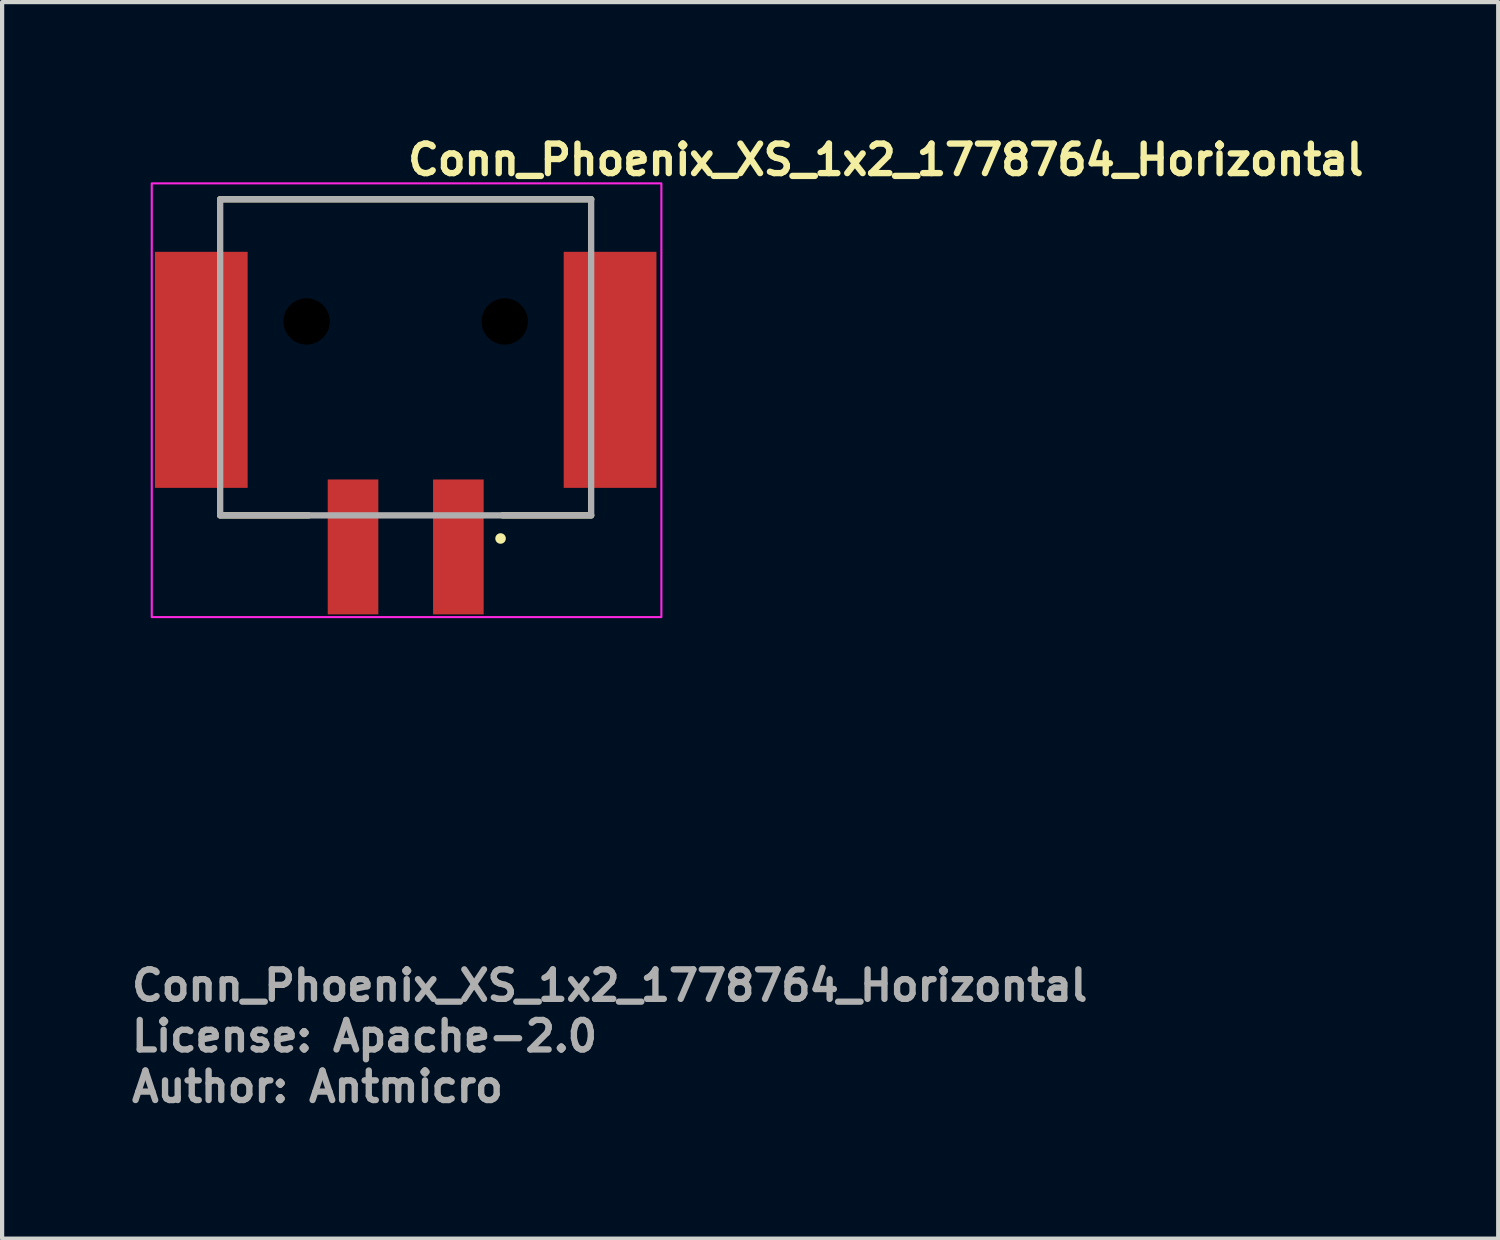
<source format=kicad_pcb>
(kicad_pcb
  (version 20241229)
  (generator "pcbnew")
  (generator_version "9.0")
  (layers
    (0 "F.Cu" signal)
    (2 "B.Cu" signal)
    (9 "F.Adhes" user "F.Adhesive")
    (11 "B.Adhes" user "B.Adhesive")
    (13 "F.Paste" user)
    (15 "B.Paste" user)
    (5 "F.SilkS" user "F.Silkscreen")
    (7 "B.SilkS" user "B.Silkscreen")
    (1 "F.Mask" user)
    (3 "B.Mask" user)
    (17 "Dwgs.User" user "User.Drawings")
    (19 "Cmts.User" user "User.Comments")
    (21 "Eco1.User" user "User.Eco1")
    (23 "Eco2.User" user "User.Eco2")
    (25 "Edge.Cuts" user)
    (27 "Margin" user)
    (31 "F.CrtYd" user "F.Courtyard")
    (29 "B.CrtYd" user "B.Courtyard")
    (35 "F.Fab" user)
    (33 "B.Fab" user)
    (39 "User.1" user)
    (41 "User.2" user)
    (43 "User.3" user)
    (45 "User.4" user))
  (footprint "Conn_Phoenix_XS_1x2_1778764_Horizontal"
    (layer "F.Cu")
    (at 6.55 6.45)
    (property "Reference" "Conn_Phoenix_XS_1x2_1778764_Horizontal" (at 0 -5.3 0) (unlocked yes) (layer "F.SilkS") (effects (font (size 0.7 0.7) (thickness 0.15)) (justify left bottom)))
    (attr smd)
    (fp_line (start -4.377 -4.773) (end 4.424 -4.773) (stroke (width 0.15) (type solid)) (layer "F.SilkS"))
    (fp_line (start -4.377 2.726) (end -2.276 2.726) (stroke (width 0.15) (type solid)) (layer "F.SilkS"))
    (fp_line (start 4.424 2.726) (end 2.323 2.726) (stroke (width 0.15) (type solid)) (layer "F.SilkS"))
    (fp_circle (center 2.275 3.275) (end 2.325 3.275) (stroke (width 0.15) (type solid)) (fill yes) (layer "F.SilkS"))
    (fp_rect (start -6 -5.15) (end 6.09 5.14) (stroke (width 0.05) (type solid)) (fill no) (layer "F.CrtYd"))
    (fp_line (start -4.377 -4.773) (end 4.424 -4.773) (stroke (width 0.15) (type solid)) (layer "F.Fab"))
    (fp_line (start -4.377 2.726) (end -4.377 -4.773) (stroke (width 0.15) (type solid)) (layer "F.Fab"))
    (fp_line (start 4.424 -4.773) (end 4.424 2.726) (stroke (width 0.15) (type solid)) (layer "F.Fab"))
    (fp_line (start 4.424 2.726) (end -4.377 2.726) (stroke (width 0.15) (type solid)) (layer "F.Fab"))
    (fp_rect (start 5.3 4.75) (end -5.299 -4.749) (stroke (width 0.1) (type solid)) (fill no) (layer "User.5"))
    (fp_line (start -5.299 -3.249) (end -5.299 -1.649) (stroke (width 0.02) (type solid)) (layer "User.9"))
    (fp_line (start -5.299 -1.649) (end -4.699 -1.649) (stroke (width 0.02) (type solid)) (layer "User.9"))
    (fp_line (start -5.299 0.15) (end -5.299 1.751) (stroke (width 0.02) (type solid)) (layer "User.9"))
    (fp_line (start -5.299 1.751) (end -4.098 1.751) (stroke (width 0.02) (type solid)) (layer "User.9"))
    (fp_line (start -4.699 -1.649) (end -4.699 0.15) (stroke (width 0.02) (type solid)) (layer "User.9"))
    (fp_line (start -4.699 0.15) (end -5.299 0.15) (stroke (width 0.02) (type solid)) (layer "User.9"))
    (fp_line (start -4.399 -2.891) (end -4.399 -2.949) (stroke (width 0.02) (type solid)) (layer "User.9"))
    (fp_line (start -4.399 -2.708) (end -4.399 -2.891) (stroke (width 0.02) (type solid)) (layer "User.9"))
    (fp_line (start -4.399 -2.649) (end -4.399 -2.708) (stroke (width 0.02) (type solid)) (layer "User.9"))
    (fp_line (start -4.399 -2.449) (end -4.399 -2.649) (stroke (width 0.02) (type solid)) (layer "User.9"))
    (fp_line (start -4.399 -1.349) (end -4.399 -2.449) (stroke (width 0.02) (type solid)) (layer "User.9"))
    (fp_line (start -4.399 0.95) (end -4.399 -0.149) (stroke (width 0.02) (type solid)) (layer "User.9"))
    (fp_line (start -4.399 1.15) (end -4.399 0.95) (stroke (width 0.02) (type solid)) (layer "User.9"))
    (fp_line (start -4.399 1.15) (end -3.348 1.15) (stroke (width 0.02) (type solid)) (layer "User.9"))
    (fp_line (start -4.399 1.208) (end -4.399 1.15) (stroke (width 0.02) (type solid)) (layer "User.9"))
    (fp_line (start -4.399 1.392) (end -4.399 1.208) (stroke (width 0.02) (type solid)) (layer "User.9"))
    (fp_line (start -4.399 1.45) (end -4.399 1.392) (stroke (width 0.02) (type solid)) (layer "User.9"))
    (fp_line (start -4.098 -3.249) (end -5.299 -3.249) (stroke (width 0.02) (type solid)) (layer "User.9"))
    (fp_line (start -4.098 -2.949) (end -4.098 -3.249) (stroke (width 0.02) (type solid)) (layer "User.9"))
    (fp_line (start -4.098 1.751) (end -4.098 1.45) (stroke (width 0.02) (type solid)) (layer "User.9"))
    (fp_line (start -3.899 -1.349) (end -4.399 -1.349) (stroke (width 0.02) (type solid)) (layer "User.9"))
    (fp_line (start -3.899 -0.149) (end -4.399 -0.149) (stroke (width 0.02) (type solid)) (layer "User.9"))
    (fp_line (start -3.899 -0.149) (end -3.899 -1.349) (stroke (width 0.02) (type solid)) (layer "User.9"))
    (fp_line (start -3.899 -0.149) (end -3.899 -1.349) (stroke (width 0.02) (type solid)) (layer "User.9"))
    (fp_line (start -3.348 -4.749) (end -3.348 -2.449) (stroke (width 0.02) (type solid)) (layer "User.9"))
    (fp_line (start -3.348 -2.949) (end -4.399 -2.949) (stroke (width 0.02) (type solid)) (layer "User.9"))
    (fp_line (start -3.348 -2.649) (end -4.399 -2.649) (stroke (width 0.02) (type solid)) (layer "User.9"))
    (fp_line (start -3.348 0.95) (end -3.348 -2.449) (stroke (width 0.02) (type solid)) (layer "User.9"))
    (fp_line (start -3.348 0.95) (end -3.348 2.75) (stroke (width 0.02) (type solid)) (layer "User.9"))
    (fp_line (start -3.348 1.15) (end -4.399 1.15) (stroke (width 0.02) (type solid)) (layer "User.9"))
    (fp_line (start -3.348 1.45) (end -4.399 1.45) (stroke (width 0.02) (type solid)) (layer "User.9"))
    (fp_line (start -2.349 -4.749) (end -3.348 -4.749) (stroke (width 0.02) (type solid)) (layer "User.9"))
    (fp_line (start -2.349 -4.749) (end -2.349 2.75) (stroke (width 0.02) (type solid)) (layer "User.9"))
    (fp_line (start -2.349 -4.749) (end -1.248 -4.749) (stroke (width 0.02) (type solid)) (layer "User.9"))
    (fp_line (start -2.349 2.75) (end -3.348 2.75) (stroke (width 0.02) (type solid)) (layer "User.9"))
    (fp_line (start -2.349 2.75) (end -2.149 2.75) (stroke (width 0.02) (type solid)) (layer "User.9"))
    (fp_line (start -1.948 2.551) (end -1.948 2.75) (stroke (width 0.02) (type solid)) (layer "User.9"))
    (fp_line (start -1.948 2.75) (end -2.149 2.75) (stroke (width 0.02) (type solid)) (layer "User.9"))
    (fp_line (start -1.649 2.251) (end -2.149 2.75) (stroke (width 0.02) (type solid)) (layer "User.9"))
    (fp_line (start -1.549 2.251) (end -1.549 2.603) (stroke (width 0.02) (type solid)) (layer "User.9"))
    (fp_line (start -1.549 2.75) (end -1.549 2.603) (stroke (width 0.02) (type solid)) (layer "User.9"))
    (fp_line (start -1.549 2.75) (end -1.549 2.951) (stroke (width 0.02) (type solid)) (layer "User.9"))
    (fp_line (start -1.549 4.25) (end -1.549 2.951) (stroke (width 0.02) (type solid)) (layer "User.9"))
    (fp_line (start -1.449 4.75) (end -1.549 4.25) (stroke (width 0.02) (type solid)) (layer "User.9"))
    (fp_line (start -1.248 -4.749) (end -1.248 -4.399) (stroke (width 0.02) (type solid)) (layer "User.9"))
    (fp_line (start -1.049 4.75) (end -1.449 4.75) (stroke (width 0.02) (type solid)) (layer "User.9"))
    (fp_line (start -1.049 4.75) (end -0.949 4.25) (stroke (width 0.02) (type solid)) (layer "User.9"))
    (fp_line (start -0.949 2.251) (end -0.949 2.603) (stroke (width 0.02) (type solid)) (layer "User.9"))
    (fp_line (start -0.949 2.75) (end -1.549 2.75) (stroke (width 0.02) (type solid)) (layer "User.9"))
    (fp_line (start -0.949 2.75) (end -0.949 2.603) (stroke (width 0.02) (type solid)) (layer "User.9"))
    (fp_line (start -0.949 2.75) (end -0.949 2.951) (stroke (width 0.02) (type solid)) (layer "User.9"))
    (fp_line (start -0.949 2.951) (end -0.949 4.25) (stroke (width 0.02) (type solid)) (layer "User.9"))
    (fp_line (start -0.949 4.25) (end -1.549 4.25) (stroke (width 0.02) (type solid)) (layer "User.9"))
    (fp_line (start -0.849 2.251) (end -1.649 2.251) (stroke (width 0.02) (type solid)) (layer "User.9"))
    (fp_line (start -0.849 2.251) (end -1.649 2.251) (stroke (width 0.02) (type solid)) (layer "User.9"))
    (fp_line (start -0.549 2.75) (end -0.549 2.551) (stroke (width 0.02) (type solid)) (layer "User.9"))
    (fp_line (start -0.349 2.75) (end -0.849 2.251) (stroke (width 0.02) (type solid)) (layer "User.9"))
    (fp_line (start -0.349 2.75) (end -0.549 2.75) (stroke (width 0.02) (type solid)) (layer "User.9"))
    (fp_line (start -0.349 2.75) (end 0.35 2.75) (stroke (width 0.02) (type solid)) (layer "User.9"))
    (fp_line (start 0.551 2.551) (end 0.551 2.75) (stroke (width 0.02) (type solid)) (layer "User.9"))
    (fp_line (start 0.551 2.75) (end 0.35 2.75) (stroke (width 0.02) (type solid)) (layer "User.9"))
    (fp_line (start 0.85 2.251) (end 0.35 2.75) (stroke (width 0.02) (type solid)) (layer "User.9"))
    (fp_line (start 0.95 2.251) (end 0.95 2.603) (stroke (width 0.02) (type solid)) (layer "User.9"))
    (fp_line (start 0.95 2.75) (end 0.95 2.603) (stroke (width 0.02) (type solid)) (layer "User.9"))
    (fp_line (start 0.95 2.75) (end 0.95 2.951) (stroke (width 0.02) (type solid)) (layer "User.9"))
    (fp_line (start 0.95 4.25) (end 0.95 2.951) (stroke (width 0.02) (type solid)) (layer "User.9"))
    (fp_line (start 1.051 4.75) (end 0.95 4.25) (stroke (width 0.02) (type solid)) (layer "User.9"))
    (fp_line (start 1.25 -4.749) (end 2.351 -4.749) (stroke (width 0.02) (type solid)) (layer "User.9"))
    (fp_line (start 1.25 -4.399) (end -1.248 -4.399) (stroke (width 0.02) (type solid)) (layer "User.9"))
    (fp_line (start 1.25 -4.399) (end -1.248 -4.399) (stroke (width 0.02) (type solid)) (layer "User.9"))
    (fp_line (start 1.25 -4.399) (end 1.25 -4.749) (stroke (width 0.02) (type solid)) (layer "User.9"))
    (fp_line (start 1.451 4.75) (end 1.051 4.75) (stroke (width 0.02) (type solid)) (layer "User.9"))
    (fp_line (start 1.451 4.75) (end 1.551 4.25) (stroke (width 0.02) (type solid)) (layer "User.9"))
    (fp_line (start 1.551 2.251) (end 1.551 2.603) (stroke (width 0.02) (type solid)) (layer "User.9"))
    (fp_line (start 1.551 2.75) (end 0.95 2.75) (stroke (width 0.02) (type solid)) (layer "User.9"))
    (fp_line (start 1.551 2.75) (end 0.95 2.75) (stroke (width 0.02) (type solid)) (layer "User.9"))
    (fp_line (start 1.551 2.75) (end 1.551 2.603) (stroke (width 0.02) (type solid)) (layer "User.9"))
    (fp_line (start 1.551 2.75) (end 1.551 2.951) (stroke (width 0.02) (type solid)) (layer "User.9"))
    (fp_line (start 1.551 2.951) (end 1.551 4.25) (stroke (width 0.02) (type solid)) (layer "User.9"))
    (fp_line (start 1.551 4.25) (end 0.95 4.25) (stroke (width 0.02) (type solid)) (layer "User.9"))
    (fp_line (start 1.651 2.251) (end 0.85 2.251) (stroke (width 0.02) (type solid)) (layer "User.9"))
    (fp_line (start 1.651 2.251) (end 0.85 2.251) (stroke (width 0.02) (type solid)) (layer "User.9"))
    (fp_line (start 1.951 2.75) (end 1.951 2.551) (stroke (width 0.02) (type solid)) (layer "User.9"))
    (fp_line (start 2.151 2.75) (end 1.651 2.251) (stroke (width 0.02) (type solid)) (layer "User.9"))
    (fp_line (start 2.151 2.75) (end 1.951 2.75) (stroke (width 0.02) (type solid)) (layer "User.9"))
    (fp_line (start 2.151 2.75) (end 2.351 2.75) (stroke (width 0.02) (type solid)) (layer "User.9"))
    (fp_line (start 2.351 -4.749) (end 2.351 2.75) (stroke (width 0.02) (type solid)) (layer "User.9"))
    (fp_line (start 3.351 -4.749) (end 2.351 -4.749) (stroke (width 0.02) (type solid)) (layer "User.9"))
    (fp_line (start 3.351 -2.949) (end 4.401 -2.949) (stroke (width 0.02) (type solid)) (layer "User.9"))
    (fp_line (start 3.351 -2.649) (end 4.401 -2.649) (stroke (width 0.02) (type solid)) (layer "User.9"))
    (fp_line (start 3.351 -2.449) (end 3.351 -4.749) (stroke (width 0.02) (type solid)) (layer "User.9"))
    (fp_line (start 3.351 -2.449) (end 3.351 0.95) (stroke (width 0.02) (type solid)) (layer "User.9"))
    (fp_line (start 3.351 1.15) (end 4.401 1.15) (stroke (width 0.02) (type solid)) (layer "User.9"))
    (fp_line (start 3.351 1.45) (end 4.401 1.45) (stroke (width 0.02) (type solid)) (layer "User.9"))
    (fp_line (start 3.351 2.75) (end 2.351 2.75) (stroke (width 0.02) (type solid)) (layer "User.9"))
    (fp_line (start 3.351 2.75) (end 3.351 0.95) (stroke (width 0.02) (type solid)) (layer "User.9"))
    (fp_line (start 3.901 -1.349) (end 3.901 -0.149) (stroke (width 0.02) (type solid)) (layer "User.9"))
    (fp_line (start 3.901 -1.349) (end 3.901 -0.149) (stroke (width 0.02) (type solid)) (layer "User.9"))
    (fp_line (start 3.901 -1.349) (end 4.401 -1.349) (stroke (width 0.02) (type solid)) (layer "User.9"))
    (fp_line (start 3.901 -0.149) (end 4.401 -0.149) (stroke (width 0.02) (type solid)) (layer "User.9"))
    (fp_line (start 4.101 -3.249) (end 4.101 -2.949) (stroke (width 0.02) (type solid)) (layer "User.9"))
    (fp_line (start 4.101 1.45) (end 4.101 1.751) (stroke (width 0.02) (type solid)) (layer "User.9"))
    (fp_line (start 4.101 1.751) (end 5.3 1.751) (stroke (width 0.02) (type solid)) (layer "User.9"))
    (fp_line (start 4.401 -2.949) (end 4.401 -2.891) (stroke (width 0.02) (type solid)) (layer "User.9"))
    (fp_line (start 4.401 -2.891) (end 4.401 -2.708) (stroke (width 0.02) (type solid)) (layer "User.9"))
    (fp_line (start 4.401 -2.708) (end 4.401 -2.649) (stroke (width 0.02) (type solid)) (layer "User.9"))
    (fp_line (start 4.401 -2.649) (end 4.401 -2.449) (stroke (width 0.02) (type solid)) (layer "User.9"))
    (fp_line (start 4.401 -2.449) (end 4.401 -1.349) (stroke (width 0.02) (type solid)) (layer "User.9"))
    (fp_line (start 4.401 -0.149) (end 4.401 0.95) (stroke (width 0.02) (type solid)) (layer "User.9"))
    (fp_line (start 4.401 0.95) (end 4.401 1.15) (stroke (width 0.02) (type solid)) (layer "User.9"))
    (fp_line (start 4.401 1.15) (end 4.401 1.208) (stroke (width 0.02) (type solid)) (layer "User.9"))
    (fp_line (start 4.401 1.208) (end 4.401 1.392) (stroke (width 0.02) (type solid)) (layer "User.9"))
    (fp_line (start 4.401 1.392) (end 4.401 1.45) (stroke (width 0.02) (type solid)) (layer "User.9"))
    (fp_line (start 4.7 -1.649) (end 5.3 -1.649) (stroke (width 0.02) (type solid)) (layer "User.9"))
    (fp_line (start 4.7 0.15) (end 4.7 -1.649) (stroke (width 0.02) (type solid)) (layer "User.9"))
    (fp_line (start 5.3 -3.249) (end 4.101 -3.249) (stroke (width 0.02) (type solid)) (layer "User.9"))
    (fp_line (start 5.3 -1.649) (end 5.3 -3.249) (stroke (width 0.02) (type solid)) (layer "User.9"))
    (fp_line (start 5.3 0.15) (end 4.7 0.15) (stroke (width 0.02) (type solid)) (layer "User.9"))
    (fp_line (start 5.3 1.751) (end 5.3 0.15) (stroke (width 0.02) (type solid)) (layer "User.9"))
    (fp_text user "${REFERENCE}" (at -6.55 14.29 0) (unlocked yes) (layer "F.Fab") (effects (font (size 0.7 0.7) (thickness 0.15)) (justify left bottom)))
    (fp_text user "Author: Antmicro" (at -6.55 16.69 0) (layer "F.Fab") (effects (font (size 0.7 0.7) (thickness 0.15)) (justify left bottom)))
    (fp_text user "License: Apache-2.0" (at -6.55 15.49 0) (layer "F.Fab") (effects (font (size 0.7 0.7) (thickness 0.15)) (justify left bottom)))
    (pad "" np_thru_hole circle (at -2.327 -1.874 180) (size 1.1 1.1) (drill 1.1) (layers "*.Mask"))
    (pad "" np_thru_hole circle (at 2.374 -1.874 180) (size 1.1 1.1) (drill 1.1) (layers "*.Mask"))
    (pad "1" smd rect (at 1.274 3.475 180) (size 1.2 3.2) (layers "F.Cu" "F.Mask" "F.Paste"))
    (pad "2" smd rect (at -1.225 3.475 180) (size 1.2 3.2) (layers "F.Cu" "F.Mask" "F.Paste"))
    (pad "MP" smd rect (at -4.825 -0.726 180) (size 2.2 5.6) (layers "F.Cu" "F.Mask" "F.Paste"))
    (pad "MP" smd rect (at 4.873 -0.726 180) (size 2.2 5.6) (layers "F.Cu" "F.Mask" "F.Paste")))
  (gr_rect
    (start -3 -3)
    (end 32.493 26.335)
    (stroke (width 0.1) (type default))
    (fill no)
    (layer "Edge.Cuts")))
</source>
